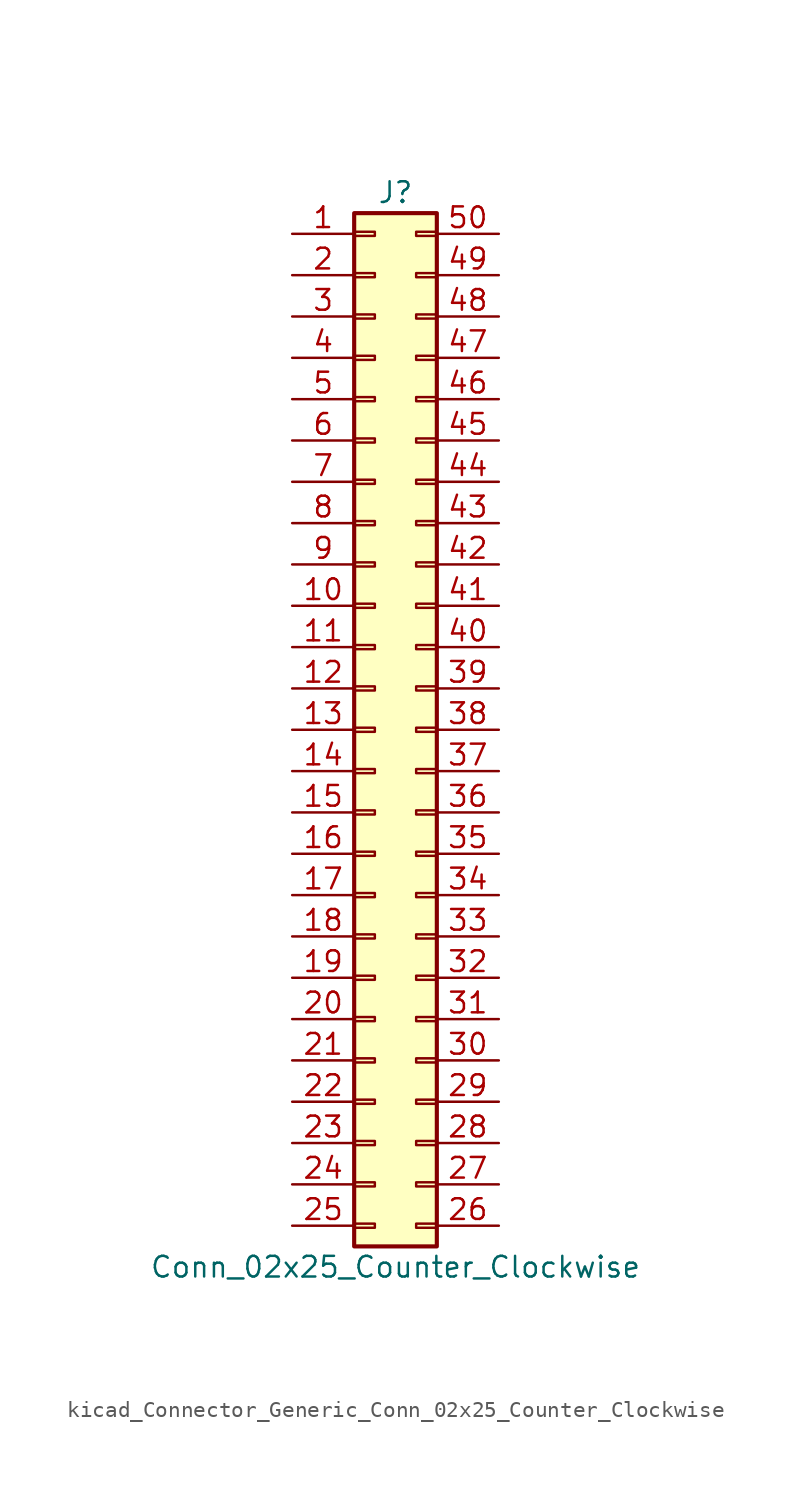
<source format=kicad_sym>
(kicad_symbol_lib
  (version 20220914)
  (generator kicad_symbol_editor)
  (symbol "kicad_Connector_Generic_Conn_02x25_Counter_Clockwise"
    (pin_names
      (offset 1.016) hide)
    (property "Reference" "J"
      (at 1.27 33.02 0)
      (effects (font (size 1.27 1.27))))
    (property "Value" "Conn_02x25_Counter_Clockwise"
      (at 1.27 -33.02 0)
      (effects (font (size 1.27 1.27))))
    (symbol "kicad_Connector_Generic_Conn_02x25_Counter_Clockwise_1_1"
      (rectangle (start -1.27 -30.353) (end 0 -30.607) (stroke (width 0.152) (type default)) (fill (type none)))
      (rectangle (start -1.27 -27.813) (end 0 -28.067) (stroke (width 0.152) (type default)) (fill (type none)))
      (rectangle (start -1.27 -25.273) (end 0 -25.527) (stroke (width 0.152) (type default)) (fill (type none)))
      (rectangle (start -1.27 -22.733) (end 0 -22.987) (stroke (width 0.152) (type default)) (fill (type none)))
      (rectangle (start -1.27 -20.193) (end 0 -20.447) (stroke (width 0.152) (type default)) (fill (type none)))
      (rectangle (start -1.27 -17.653) (end 0 -17.907) (stroke (width 0.152) (type default)) (fill (type none)))
      (rectangle (start -1.27 -15.113) (end 0 -15.367) (stroke (width 0.152) (type default)) (fill (type none)))
      (rectangle (start -1.27 -12.573) (end 0 -12.827) (stroke (width 0.152) (type default)) (fill (type none)))
      (rectangle (start -1.27 -10.033) (end 0 -10.287) (stroke (width 0.152) (type default)) (fill (type none)))
      (rectangle (start -1.27 -7.493) (end 0 -7.747) (stroke (width 0.152) (type default)) (fill (type none)))
      (rectangle (start -1.27 -4.953) (end 0 -5.207) (stroke (width 0.152) (type default)) (fill (type none)))
      (rectangle (start -1.27 -2.413) (end 0 -2.667) (stroke (width 0.152) (type default)) (fill (type none)))
      (rectangle (start -1.27 0.127) (end 0 -0.127) (stroke (width 0.152) (type default)) (fill (type none)))
      (rectangle (start -1.27 2.667) (end 0 2.413) (stroke (width 0.152) (type default)) (fill (type none)))
      (rectangle (start -1.27 5.207) (end 0 4.953) (stroke (width 0.152) (type default)) (fill (type none)))
      (rectangle (start -1.27 7.747) (end 0 7.493) (stroke (width 0.152) (type default)) (fill (type none)))
      (rectangle (start -1.27 10.287) (end 0 10.033) (stroke (width 0.152) (type default)) (fill (type none)))
      (rectangle (start -1.27 12.827) (end 0 12.573) (stroke (width 0.152) (type default)) (fill (type none)))
      (rectangle (start -1.27 15.367) (end 0 15.113) (stroke (width 0.152) (type default)) (fill (type none)))
      (rectangle (start -1.27 17.907) (end 0 17.653) (stroke (width 0.152) (type default)) (fill (type none)))
      (rectangle (start -1.27 20.447) (end 0 20.193) (stroke (width 0.152) (type default)) (fill (type none)))
      (rectangle (start -1.27 22.987) (end 0 22.733) (stroke (width 0.152) (type default)) (fill (type none)))
      (rectangle (start -1.27 25.527) (end 0 25.273) (stroke (width 0.152) (type default)) (fill (type none)))
      (rectangle (start -1.27 28.067) (end 0 27.813) (stroke (width 0.152) (type default)) (fill (type none)))
      (rectangle (start -1.27 30.607) (end 0 30.353) (stroke (width 0.152) (type default)) (fill (type none)))
      (rectangle (start -1.27 31.75) (end 3.81 -31.75) (stroke (width 0.254) (type default)) (fill (type background)))
      (rectangle (start 3.81 -30.353) (end 2.54 -30.607) (stroke (width 0.152) (type default)) (fill (type none)))
      (rectangle (start 3.81 -27.813) (end 2.54 -28.067) (stroke (width 0.152) (type default)) (fill (type none)))
      (rectangle (start 3.81 -25.273) (end 2.54 -25.527) (stroke (width 0.152) (type default)) (fill (type none)))
      (rectangle (start 3.81 -22.733) (end 2.54 -22.987) (stroke (width 0.152) (type default)) (fill (type none)))
      (rectangle (start 3.81 -20.193) (end 2.54 -20.447) (stroke (width 0.152) (type default)) (fill (type none)))
      (rectangle (start 3.81 -17.653) (end 2.54 -17.907) (stroke (width 0.152) (type default)) (fill (type none)))
      (rectangle (start 3.81 -15.113) (end 2.54 -15.367) (stroke (width 0.152) (type default)) (fill (type none)))
      (rectangle (start 3.81 -12.573) (end 2.54 -12.827) (stroke (width 0.152) (type default)) (fill (type none)))
      (rectangle (start 3.81 -10.033) (end 2.54 -10.287) (stroke (width 0.152) (type default)) (fill (type none)))
      (rectangle (start 3.81 -7.493) (end 2.54 -7.747) (stroke (width 0.152) (type default)) (fill (type none)))
      (rectangle (start 3.81 -4.953) (end 2.54 -5.207) (stroke (width 0.152) (type default)) (fill (type none)))
      (rectangle (start 3.81 -2.413) (end 2.54 -2.667) (stroke (width 0.152) (type default)) (fill (type none)))
      (rectangle (start 3.81 0.127) (end 2.54 -0.127) (stroke (width 0.152) (type default)) (fill (type none)))
      (rectangle (start 3.81 2.667) (end 2.54 2.413) (stroke (width 0.152) (type default)) (fill (type none)))
      (rectangle (start 3.81 5.207) (end 2.54 4.953) (stroke (width 0.152) (type default)) (fill (type none)))
      (rectangle (start 3.81 7.747) (end 2.54 7.493) (stroke (width 0.152) (type default)) (fill (type none)))
      (rectangle (start 3.81 10.287) (end 2.54 10.033) (stroke (width 0.152) (type default)) (fill (type none)))
      (rectangle (start 3.81 12.827) (end 2.54 12.573) (stroke (width 0.152) (type default)) (fill (type none)))
      (rectangle (start 3.81 15.367) (end 2.54 15.113) (stroke (width 0.152) (type default)) (fill (type none)))
      (rectangle (start 3.81 17.907) (end 2.54 17.653) (stroke (width 0.152) (type default)) (fill (type none)))
      (rectangle (start 3.81 20.447) (end 2.54 20.193) (stroke (width 0.152) (type default)) (fill (type none)))
      (rectangle (start 3.81 22.987) (end 2.54 22.733) (stroke (width 0.152) (type default)) (fill (type none)))
      (rectangle (start 3.81 25.527) (end 2.54 25.273) (stroke (width 0.152) (type default)) (fill (type none)))
      (rectangle (start 3.81 28.067) (end 2.54 27.813) (stroke (width 0.152) (type default)) (fill (type none)))
      (rectangle (start 3.81 30.607) (end 2.54 30.353) (stroke (width 0.152) (type default)) (fill (type none)))
      (pin passive line (at -5.08 30.48 0) (length 3.81) (name "Pin_1" (effects (font (size 1.27 1.27)))) (number "1" (effects (font (size 1.27 1.27)))))
      (pin passive line (at -5.08 7.62 0) (length 3.81) (name "Pin_10" (effects (font (size 1.27 1.27)))) (number "10" (effects (font (size 1.27 1.27)))))
      (pin passive line (at -5.08 5.08 0) (length 3.81) (name "Pin_11" (effects (font (size 1.27 1.27)))) (number "11" (effects (font (size 1.27 1.27)))))
      (pin passive line (at -5.08 2.54 0) (length 3.81) (name "Pin_12" (effects (font (size 1.27 1.27)))) (number "12" (effects (font (size 1.27 1.27)))))
      (pin passive line (at -5.08 0 0) (length 3.81) (name "Pin_13" (effects (font (size 1.27 1.27)))) (number "13" (effects (font (size 1.27 1.27)))))
      (pin passive line (at -5.08 -2.54 0) (length 3.81) (name "Pin_14" (effects (font (size 1.27 1.27)))) (number "14" (effects (font (size 1.27 1.27)))))
      (pin passive line (at -5.08 -5.08 0) (length 3.81) (name "Pin_15" (effects (font (size 1.27 1.27)))) (number "15" (effects (font (size 1.27 1.27)))))
      (pin passive line (at -5.08 -7.62 0) (length 3.81) (name "Pin_16" (effects (font (size 1.27 1.27)))) (number "16" (effects (font (size 1.27 1.27)))))
      (pin passive line (at -5.08 -10.16 0) (length 3.81) (name "Pin_17" (effects (font (size 1.27 1.27)))) (number "17" (effects (font (size 1.27 1.27)))))
      (pin passive line (at -5.08 -12.7 0) (length 3.81) (name "Pin_18" (effects (font (size 1.27 1.27)))) (number "18" (effects (font (size 1.27 1.27)))))
      (pin passive line (at -5.08 -15.24 0) (length 3.81) (name "Pin_19" (effects (font (size 1.27 1.27)))) (number "19" (effects (font (size 1.27 1.27)))))
      (pin passive line (at -5.08 27.94 0) (length 3.81) (name "Pin_2" (effects (font (size 1.27 1.27)))) (number "2" (effects (font (size 1.27 1.27)))))
      (pin passive line (at -5.08 -17.78 0) (length 3.81) (name "Pin_20" (effects (font (size 1.27 1.27)))) (number "20" (effects (font (size 1.27 1.27)))))
      (pin passive line (at -5.08 -20.32 0) (length 3.81) (name "Pin_21" (effects (font (size 1.27 1.27)))) (number "21" (effects (font (size 1.27 1.27)))))
      (pin passive line (at -5.08 -22.86 0) (length 3.81) (name "Pin_22" (effects (font (size 1.27 1.27)))) (number "22" (effects (font (size 1.27 1.27)))))
      (pin passive line (at -5.08 -25.4 0) (length 3.81) (name "Pin_23" (effects (font (size 1.27 1.27)))) (number "23" (effects (font (size 1.27 1.27)))))
      (pin passive line (at -5.08 -27.94 0) (length 3.81) (name "Pin_24" (effects (font (size 1.27 1.27)))) (number "24" (effects (font (size 1.27 1.27)))))
      (pin passive line (at -5.08 -30.48 0) (length 3.81) (name "Pin_25" (effects (font (size 1.27 1.27)))) (number "25" (effects (font (size 1.27 1.27)))))
      (pin passive line (at 7.62 -30.48 180) (length 3.81) (name "Pin_26" (effects (font (size 1.27 1.27)))) (number "26" (effects (font (size 1.27 1.27)))))
      (pin passive line (at 7.62 -27.94 180) (length 3.81) (name "Pin_27" (effects (font (size 1.27 1.27)))) (number "27" (effects (font (size 1.27 1.27)))))
      (pin passive line (at 7.62 -25.4 180) (length 3.81) (name "Pin_28" (effects (font (size 1.27 1.27)))) (number "28" (effects (font (size 1.27 1.27)))))
      (pin passive line (at 7.62 -22.86 180) (length 3.81) (name "Pin_29" (effects (font (size 1.27 1.27)))) (number "29" (effects (font (size 1.27 1.27)))))
      (pin passive line (at -5.08 25.4 0) (length 3.81) (name "Pin_3" (effects (font (size 1.27 1.27)))) (number "3" (effects (font (size 1.27 1.27)))))
      (pin passive line (at 7.62 -20.32 180) (length 3.81) (name "Pin_30" (effects (font (size 1.27 1.27)))) (number "30" (effects (font (size 1.27 1.27)))))
      (pin passive line (at 7.62 -17.78 180) (length 3.81) (name "Pin_31" (effects (font (size 1.27 1.27)))) (number "31" (effects (font (size 1.27 1.27)))))
      (pin passive line (at 7.62 -15.24 180) (length 3.81) (name "Pin_32" (effects (font (size 1.27 1.27)))) (number "32" (effects (font (size 1.27 1.27)))))
      (pin passive line (at 7.62 -12.7 180) (length 3.81) (name "Pin_33" (effects (font (size 1.27 1.27)))) (number "33" (effects (font (size 1.27 1.27)))))
      (pin passive line (at 7.62 -10.16 180) (length 3.81) (name "Pin_34" (effects (font (size 1.27 1.27)))) (number "34" (effects (font (size 1.27 1.27)))))
      (pin passive line (at 7.62 -7.62 180) (length 3.81) (name "Pin_35" (effects (font (size 1.27 1.27)))) (number "35" (effects (font (size 1.27 1.27)))))
      (pin passive line (at 7.62 -5.08 180) (length 3.81) (name "Pin_36" (effects (font (size 1.27 1.27)))) (number "36" (effects (font (size 1.27 1.27)))))
      (pin passive line (at 7.62 -2.54 180) (length 3.81) (name "Pin_37" (effects (font (size 1.27 1.27)))) (number "37" (effects (font (size 1.27 1.27)))))
      (pin passive line (at 7.62 0 180) (length 3.81) (name "Pin_38" (effects (font (size 1.27 1.27)))) (number "38" (effects (font (size 1.27 1.27)))))
      (pin passive line (at 7.62 2.54 180) (length 3.81) (name "Pin_39" (effects (font (size 1.27 1.27)))) (number "39" (effects (font (size 1.27 1.27)))))
      (pin passive line (at -5.08 22.86 0) (length 3.81) (name "Pin_4" (effects (font (size 1.27 1.27)))) (number "4" (effects (font (size 1.27 1.27)))))
      (pin passive line (at 7.62 5.08 180) (length 3.81) (name "Pin_40" (effects (font (size 1.27 1.27)))) (number "40" (effects (font (size 1.27 1.27)))))
      (pin passive line (at 7.62 7.62 180) (length 3.81) (name "Pin_41" (effects (font (size 1.27 1.27)))) (number "41" (effects (font (size 1.27 1.27)))))
      (pin passive line (at 7.62 10.16 180) (length 3.81) (name "Pin_42" (effects (font (size 1.27 1.27)))) (number "42" (effects (font (size 1.27 1.27)))))
      (pin passive line (at 7.62 12.7 180) (length 3.81) (name "Pin_43" (effects (font (size 1.27 1.27)))) (number "43" (effects (font (size 1.27 1.27)))))
      (pin passive line (at 7.62 15.24 180) (length 3.81) (name "Pin_44" (effects (font (size 1.27 1.27)))) (number "44" (effects (font (size 1.27 1.27)))))
      (pin passive line (at 7.62 17.78 180) (length 3.81) (name "Pin_45" (effects (font (size 1.27 1.27)))) (number "45" (effects (font (size 1.27 1.27)))))
      (pin passive line (at 7.62 20.32 180) (length 3.81) (name "Pin_46" (effects (font (size 1.27 1.27)))) (number "46" (effects (font (size 1.27 1.27)))))
      (pin passive line (at 7.62 22.86 180) (length 3.81) (name "Pin_47" (effects (font (size 1.27 1.27)))) (number "47" (effects (font (size 1.27 1.27)))))
      (pin passive line (at 7.62 25.4 180) (length 3.81) (name "Pin_48" (effects (font (size 1.27 1.27)))) (number "48" (effects (font (size 1.27 1.27)))))
      (pin passive line (at 7.62 27.94 180) (length 3.81) (name "Pin_49" (effects (font (size 1.27 1.27)))) (number "49" (effects (font (size 1.27 1.27)))))
      (pin passive line (at -5.08 20.32 0) (length 3.81) (name "Pin_5" (effects (font (size 1.27 1.27)))) (number "5" (effects (font (size 1.27 1.27)))))
      (pin passive line (at 7.62 30.48 180) (length 3.81) (name "Pin_50" (effects (font (size 1.27 1.27)))) (number "50" (effects (font (size 1.27 1.27)))))
      (pin passive line (at -5.08 17.78 0) (length 3.81) (name "Pin_6" (effects (font (size 1.27 1.27)))) (number "6" (effects (font (size 1.27 1.27)))))
      (pin passive line (at -5.08 15.24 0) (length 3.81) (name "Pin_7" (effects (font (size 1.27 1.27)))) (number "7" (effects (font (size 1.27 1.27)))))
      (pin passive line (at -5.08 12.7 0) (length 3.81) (name "Pin_8" (effects (font (size 1.27 1.27)))) (number "8" (effects (font (size 1.27 1.27)))))
      (pin passive line (at -5.08 10.16 0) (length 3.81) (name "Pin_9" (effects (font (size 1.27 1.27)))) (number "9" (effects (font (size 1.27 1.27))))))))
</source>
